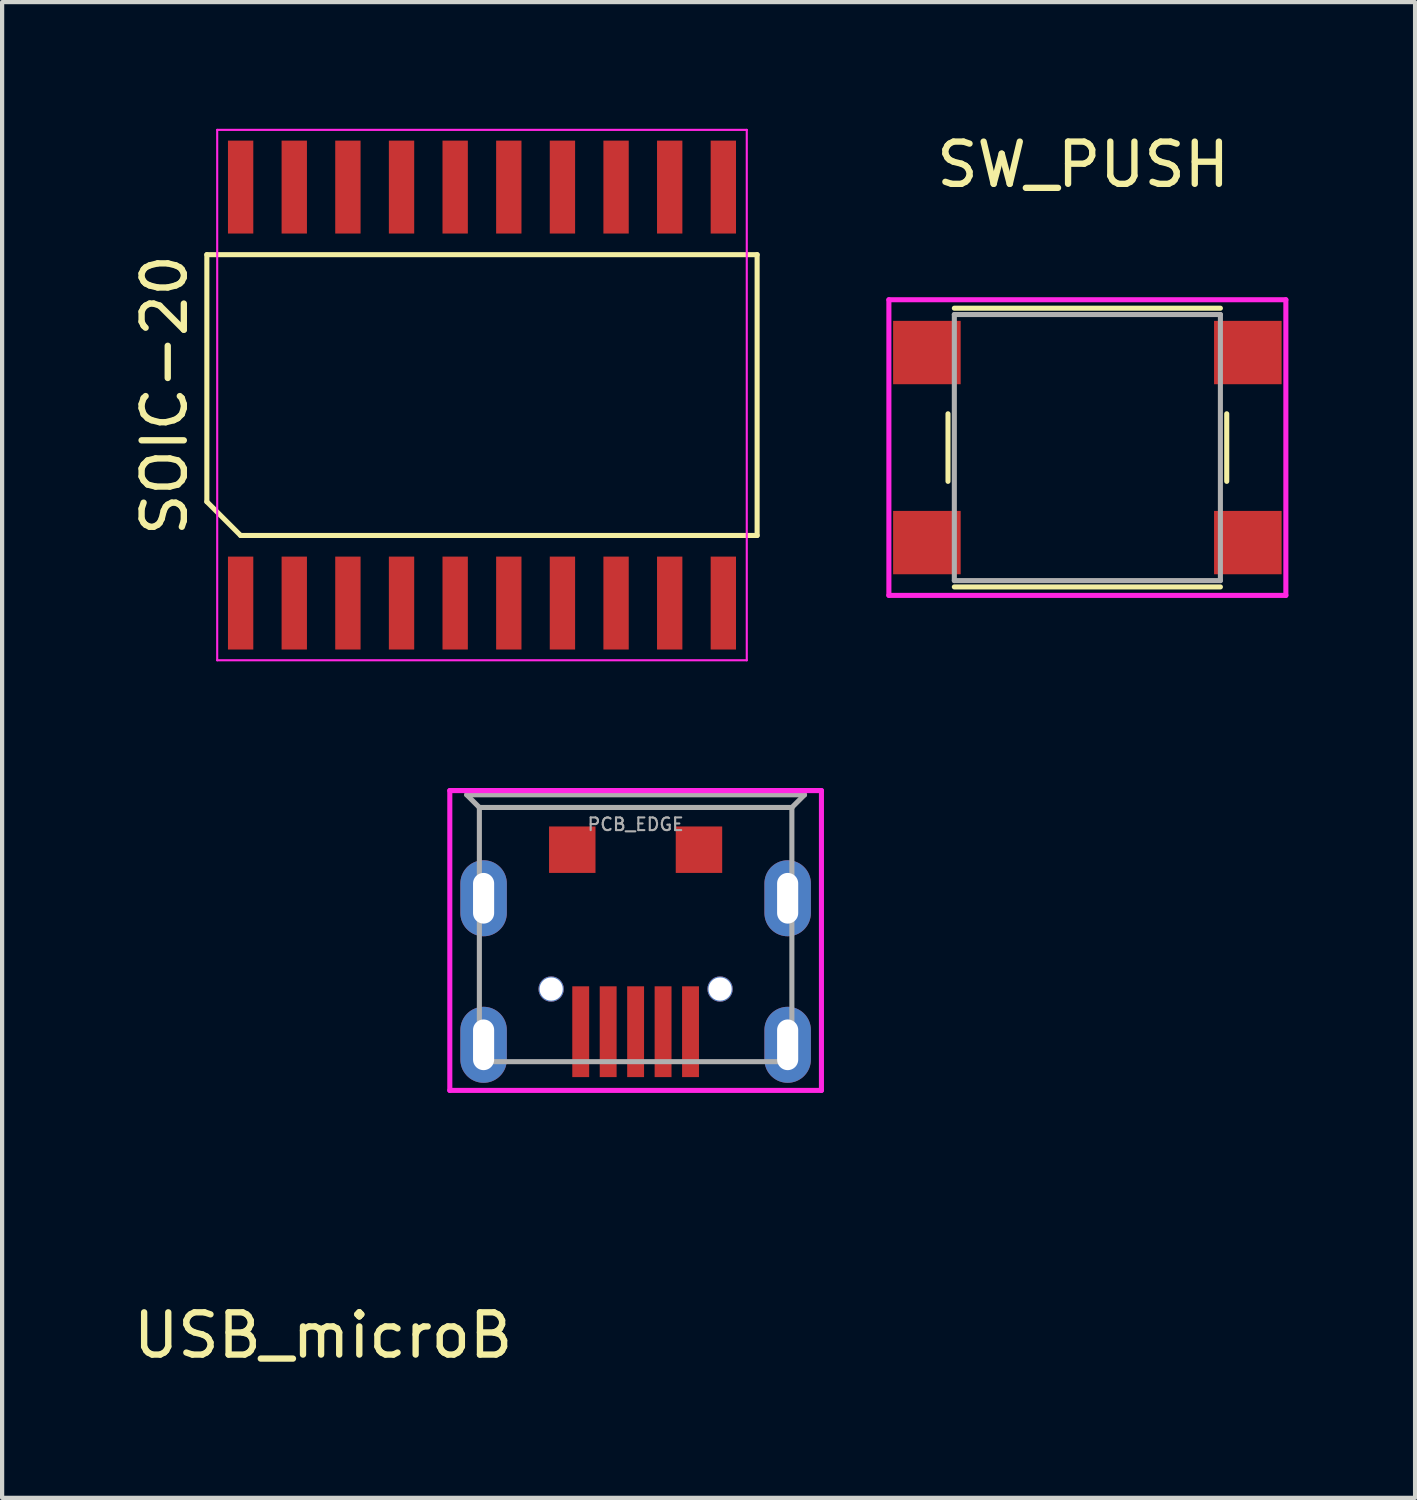
<source format=kicad_pcb>
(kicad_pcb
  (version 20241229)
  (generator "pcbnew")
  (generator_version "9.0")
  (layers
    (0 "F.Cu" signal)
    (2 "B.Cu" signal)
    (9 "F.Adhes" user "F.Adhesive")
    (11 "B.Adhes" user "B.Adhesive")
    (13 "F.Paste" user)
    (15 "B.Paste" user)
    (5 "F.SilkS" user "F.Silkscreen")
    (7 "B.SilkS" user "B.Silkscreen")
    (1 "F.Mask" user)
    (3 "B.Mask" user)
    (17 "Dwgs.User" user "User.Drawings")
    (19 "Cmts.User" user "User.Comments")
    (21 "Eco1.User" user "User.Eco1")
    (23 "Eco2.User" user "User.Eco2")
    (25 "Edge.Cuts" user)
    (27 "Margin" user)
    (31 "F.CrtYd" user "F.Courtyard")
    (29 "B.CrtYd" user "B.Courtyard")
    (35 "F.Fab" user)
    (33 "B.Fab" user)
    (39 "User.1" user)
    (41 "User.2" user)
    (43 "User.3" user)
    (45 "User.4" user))
  (footprint "SOIC-20"
    (layer "F.Cu")
    (at 8.363 6.305)
    (property "Reference" "SOIC-20" (at -7.515 0 90) (layer "F.SilkS") (effects (font (size 1 1) (thickness 0.15))))
    (attr smd)
    (fp_line (start -6.515 -3.325) (end 6.515 -3.325) (stroke (width 0.12) (type solid)) (layer "F.SilkS"))
    (fp_line (start -6.515 2.525) (end -6.515 -3.325) (stroke (width 0.12) (type solid)) (layer "F.SilkS"))
    (fp_line (start -5.715 3.325) (end -6.515 2.525) (stroke (width 0.12) (type solid)) (layer "F.SilkS"))
    (fp_line (start 6.515 -3.325) (end 6.515 3.325) (stroke (width 0.12) (type solid)) (layer "F.SilkS"))
    (fp_line (start 6.515 3.325) (end -5.715 3.325) (stroke (width 0.12) (type solid)) (layer "F.SilkS"))
    (fp_line (start -6.27 -6.28) (end 6.27 -6.28) (stroke (width 0.05) (type solid)) (layer "F.CrtYd"))
    (fp_line (start -6.27 6.28) (end -6.27 -6.28) (stroke (width 0.05) (type solid)) (layer "F.CrtYd"))
    (fp_line (start 6.27 -6.28) (end 6.27 6.28) (stroke (width 0.05) (type solid)) (layer "F.CrtYd"))
    (fp_line (start 6.27 6.28) (end -6.27 6.28) (stroke (width 0.05) (type solid)) (layer "F.CrtYd"))
    (pad "1" smd rect (at -5.715 4.925) (size 0.6 2.2) (layers "F.Cu" "F.Mask" "F.Paste"))
    (pad "2" smd rect (at -4.445 4.925) (size 0.6 2.2) (layers "F.Cu" "F.Mask" "F.Paste"))
    (pad "3" smd rect (at -3.175 4.925) (size 0.6 2.2) (layers "F.Cu" "F.Mask" "F.Paste"))
    (pad "4" smd rect (at -1.905 4.925) (size 0.6 2.2) (layers "F.Cu" "F.Mask" "F.Paste"))
    (pad "5" smd rect (at -0.635 4.925) (size 0.6 2.2) (layers "F.Cu" "F.Mask" "F.Paste"))
    (pad "6" smd rect (at 0.635 4.925) (size 0.6 2.2) (layers "F.Cu" "F.Mask" "F.Paste"))
    (pad "7" smd rect (at 1.905 4.925) (size 0.6 2.2) (layers "F.Cu" "F.Mask" "F.Paste"))
    (pad "8" smd rect (at 3.175 4.925) (size 0.6 2.2) (layers "F.Cu" "F.Mask" "F.Paste"))
    (pad "9" smd rect (at 4.445 4.925) (size 0.6 2.2) (layers "F.Cu" "F.Mask" "F.Paste"))
    (pad "10" smd rect (at 5.715 4.925) (size 0.6 2.2) (layers "F.Cu" "F.Mask" "F.Paste"))
    (pad "11" smd rect (at 5.715 -4.925) (size 0.6 2.2) (layers "F.Cu" "F.Mask" "F.Paste"))
    (pad "12" smd rect (at 4.445 -4.925) (size 0.6 2.2) (layers "F.Cu" "F.Mask" "F.Paste"))
    (pad "13" smd rect (at 3.175 -4.925) (size 0.6 2.2) (layers "F.Cu" "F.Mask" "F.Paste"))
    (pad "14" smd rect (at 1.905 -4.925) (size 0.6 2.2) (layers "F.Cu" "F.Mask" "F.Paste"))
    (pad "15" smd rect (at 0.635 -4.925) (size 0.6 2.2) (layers "F.Cu" "F.Mask" "F.Paste"))
    (pad "16" smd rect (at -0.635 -4.925) (size 0.6 2.2) (layers "F.Cu" "F.Mask" "F.Paste"))
    (pad "17" smd rect (at -1.905 -4.925) (size 0.6 2.2) (layers "F.Cu" "F.Mask" "F.Paste"))
    (pad "18" smd rect (at -3.175 -4.925) (size 0.6 2.2) (layers "F.Cu" "F.Mask" "F.Paste"))
    (pad "19" smd rect (at -4.445 -4.925) (size 0.6 2.2) (layers "F.Cu" "F.Mask" "F.Paste"))
    (pad "20" smd rect (at -5.715 -4.925) (size 0.6 2.2) (layers "F.Cu" "F.Mask" "F.Paste")))
  (footprint "SW_PUSH"
    (layer "F.Cu")
    (at 22.698 7.548)
    (property "Reference" "SW_PUSH" (at -0.1 -6.7 0) (layer "F.SilkS") (effects (font (size 1 1) (thickness 0.15))))
    (attr through_hole)
    (fp_line (start -3.3 -0.8) (end -3.3 0.8) (stroke (width 0.12) (type solid)) (layer "F.SilkS"))
    (fp_line (start -3.15 -3.3) (end 3.15 -3.3) (stroke (width 0.12) (type solid)) (layer "F.SilkS"))
    (fp_line (start -3.15 3.3) (end 3.15 3.3) (stroke (width 0.12) (type solid)) (layer "F.SilkS"))
    (fp_line (start 3.3 -0.8) (end 3.3 0.8) (stroke (width 0.12) (type solid)) (layer "F.SilkS"))
    (fp_line (start -4.7 -3.5) (end 4.7 -3.5) (stroke (width 0.12) (type solid)) (layer "F.CrtYd"))
    (fp_line (start -4.7 3.5) (end -4.7 -3.5) (stroke (width 0.12) (type solid)) (layer "F.CrtYd"))
    (fp_line (start -4.7 3.5) (end 4.7 3.5) (stroke (width 0.12) (type solid)) (layer "F.CrtYd"))
    (fp_line (start 4.7 -3.5) (end 4.7 3.5) (stroke (width 0.12) (type solid)) (layer "F.CrtYd"))
    (fp_line (start -3.15 -3.15) (end -3.15 3.15) (stroke (width 0.12) (type solid)) (layer "F.Fab"))
    (fp_line (start -3.15 -3.15) (end 3.15 -3.15) (stroke (width 0.12) (type solid)) (layer "F.Fab"))
    (fp_line (start -3.15 3.15) (end 3.15 3.15) (stroke (width 0.12) (type solid)) (layer "F.Fab"))
    (fp_line (start 3.15 -3.15) (end 3.15 3.15) (stroke (width 0.12) (type solid)) (layer "F.Fab"))
    (pad "1" smd rect (at -3.8 -2.25) (size 1.6 1.5) (layers "F.Cu" "F.Mask" "F.Paste"))
    (pad "1" smd rect (at 3.8 -2.25) (size 1.6 1.5) (layers "F.Cu" "F.Mask" "F.Paste"))
    (pad "2" smd rect (at -3.8 2.25) (size 1.6 1.5) (layers "F.Cu" "F.Mask" "F.Paste"))
    (pad "2" smd rect (at 3.8 2.25) (size 1.6 1.5) (layers "F.Cu" "F.Mask" "F.Paste")))
  (footprint "USB_microB"
    (layer "F.Cu")
    (at 12.001 16.07)
    (property "Reference" "USB_microB" (at -7.4 12.5 0) (layer "F.SilkS") (effects (font (size 1 1) (thickness 0.15))))
    (attr through_hole)
    (fp_line (start -4.4 -0.4) (end -4.4 6.7) (stroke (width 0.12) (type solid)) (layer "F.CrtYd"))
    (fp_line (start -4.4 -0.4) (end 4.4 -0.4) (stroke (width 0.12) (type solid)) (layer "F.CrtYd"))
    (fp_line (start -4.4 6.7) (end 4.4 6.7) (stroke (width 0.12) (type solid)) (layer "F.CrtYd"))
    (fp_line (start 4.4 -0.4) (end 4.4 6.7) (stroke (width 0.12) (type solid)) (layer "F.CrtYd"))
    (fp_line (start -4 -0.3) (end 4 -0.3) (stroke (width 0.12) (type solid)) (layer "F.Fab"))
    (fp_line (start -3.7 0) (end -4 -0.3) (stroke (width 0.12) (type solid)) (layer "F.Fab"))
    (fp_line (start -3.7 0) (end -3.7 6.02) (stroke (width 0.12) (type solid)) (layer "F.Fab"))
    (fp_line (start -3.7 0) (end 3.7 0) (stroke (width 0.12) (type solid)) (layer "F.Fab"))
    (fp_line (start 3.7 0) (end 3.7 6.02) (stroke (width 0.12) (type solid)) (layer "F.Fab"))
    (fp_line (start 3.7 0) (end 4 -0.3) (stroke (width 0.12) (type solid)) (layer "F.Fab"))
    (fp_line (start 3.7 6.02) (end -3.7 6.02) (stroke (width 0.12) (type solid)) (layer "F.Fab"))
    (fp_text user "PCB_EDGE" (at 0 0.4 0) (layer "F.Fab") (effects (font (size 0.3 0.3) (thickness 0.05))))
    (pad "" np_thru_hole circle (at -2 4.3 90) (size 0.6 0.6) (drill 0.55) (layers "*.Cu" "*.Mask"))
    (pad "" np_thru_hole circle (at 2 4.3 90) (size 0.6 0.6) (drill 0.55) (layers "*.Cu" "*.Mask"))
    (pad "1" smd rect (at 1.3 5.31 90) (size 2.15 0.4) (layers "F.Cu" "F.Mask" "F.Paste"))
    (pad "2" smd rect (at 0.65 5.31 90) (size 2.15 0.4) (layers "F.Cu" "F.Mask" "F.Paste"))
    (pad "3" smd rect (at 0 5.31 90) (size 2.15 0.4) (layers "F.Cu" "F.Mask" "F.Paste"))
    (pad "4" smd rect (at -0.65 5.31 90) (size 2.15 0.4) (layers "F.Cu" "F.Mask" "F.Paste"))
    (pad "5" smd rect (at -1.3 5.31 90) (size 2.15 0.4) (layers "F.Cu" "F.Mask" "F.Paste"))
    (pad "6" thru_hole oval (at -3.6 2.15 90) (size 1.8 1.1) (drill oval 1.2 0.5) (layers "*.Cu" "*.Mask"))
    (pad "6" thru_hole oval (at -3.6 5.62 90) (size 1.8 1.1) (drill oval 1.2 0.5) (layers "*.Cu" "*.Mask"))
    (pad "6" smd rect (at -1.5 1 90) (size 1.1 1.1) (layers "F.Cu" "F.Mask" "F.Paste"))
    (pad "6" smd rect (at 1.5 1 90) (size 1.1 1.1) (layers "F.Cu" "F.Mask" "F.Paste"))
    (pad "6" thru_hole oval (at 3.6 2.15 90) (size 1.8 1.1) (drill oval 1.2 0.5) (layers "*.Cu" "*.Mask"))
    (pad "6" thru_hole oval (at 3.6 5.62 90) (size 1.8 1.1) (drill oval 1.2 0.5) (layers "*.Cu" "*.Mask")))
  (gr_rect
    (start -3 -3)
    (end 30.458 32.418)
    (stroke (width 0.1) (type default))
    (fill no)
    (layer "Edge.Cuts")))
</source>
